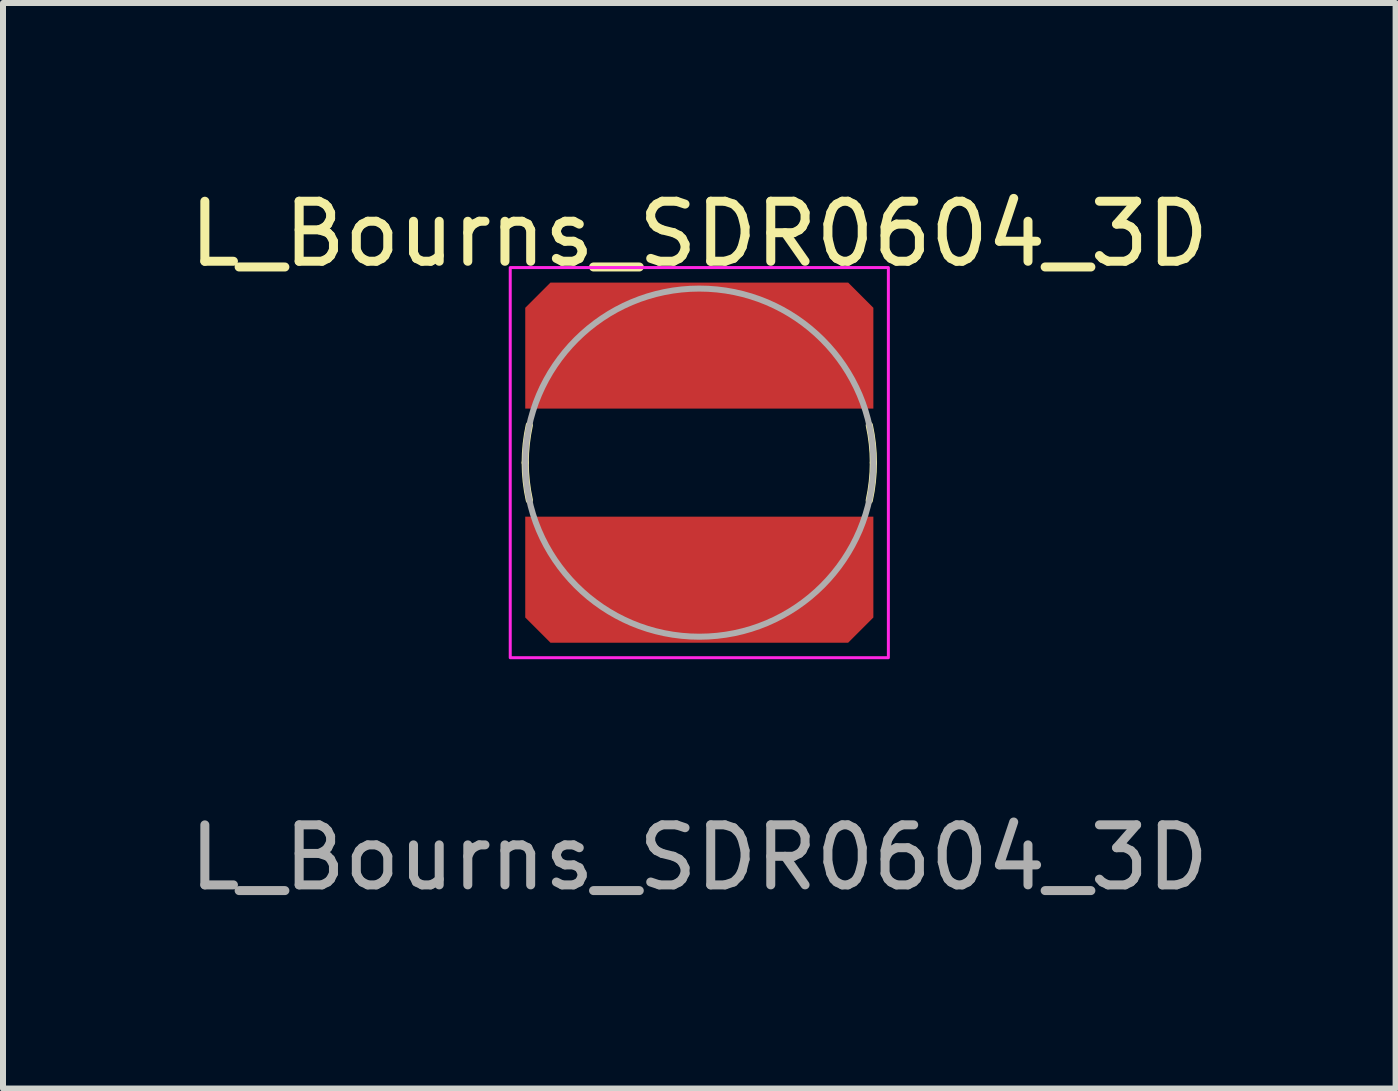
<source format=kicad_pcb>
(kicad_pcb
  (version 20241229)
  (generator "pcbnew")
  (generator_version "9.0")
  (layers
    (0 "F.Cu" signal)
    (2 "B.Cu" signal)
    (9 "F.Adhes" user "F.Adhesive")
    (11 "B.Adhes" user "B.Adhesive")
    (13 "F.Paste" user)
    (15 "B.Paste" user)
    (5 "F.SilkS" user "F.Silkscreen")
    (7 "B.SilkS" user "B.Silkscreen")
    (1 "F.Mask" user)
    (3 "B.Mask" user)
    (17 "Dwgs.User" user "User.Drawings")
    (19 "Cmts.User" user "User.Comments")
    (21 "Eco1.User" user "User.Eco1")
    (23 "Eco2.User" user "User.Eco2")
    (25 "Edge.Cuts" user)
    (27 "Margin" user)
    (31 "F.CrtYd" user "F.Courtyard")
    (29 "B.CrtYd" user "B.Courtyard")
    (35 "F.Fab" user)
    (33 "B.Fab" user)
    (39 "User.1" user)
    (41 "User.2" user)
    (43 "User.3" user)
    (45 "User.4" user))
  (footprint "L_Bourns_SDR0604_3D"
    (layer "F.Cu")
    (at 8.601 4.658)
    (property "Reference" "L_Bourns_SDR0604_3D" (at 0 -3.81 0) (unlocked yes) (layer "F.SilkS") (effects (font (size 1 1) (thickness 0.15))))
    (attr smd)
    (fp_arc (start -2.9 0) (mid -2.883018 -0.313385) (end -2.832269 -0.623099) (stroke (width 0.12) (type default)) (layer "F.SilkS"))
    (fp_arc (start -2.831919 0.624688) (mid -2.88293 0.314193) (end -2.9 0) (stroke (width 0.12) (type default)) (layer "F.SilkS"))
    (fp_arc (start 2.832559 -0.621781) (mid 2.883091 -0.312714) (end 2.9 0) (stroke (width 0.12) (type default)) (layer "F.SilkS"))
    (fp_arc (start 2.9 0) (mid 2.882818 0.3166) (end 2.831472 0.62948) (stroke (width 0.12) (type default)) (layer "F.SilkS"))
    (fp_rect (start -3.15 -3.25) (end 3.15 3.25) (stroke (width 0.05) (type default)) (fill no) (layer "F.CrtYd"))
    (fp_circle (center 0 0) (end 2.9 0) (stroke (width 0.1) (type default)) (fill no) (layer "F.Fab"))
    (fp_text user "${REFERENCE}" (at 0 6.58 0) (unlocked yes) (layer "F.Fab") (effects (font (size 1 1) (thickness 0.15))))
    (pad "1" smd roundrect (at 0 -1.95) (size 5.8 2.1) (layers "F.Cu" "F.Mask" "F.Paste") (roundrect_rratio 0) (chamfer_ratio 0.2) (chamfer top_left top_right))
    (pad "2" smd roundrect (at 0 1.95 180) (size 5.8 2.1) (layers "F.Cu" "F.Mask" "F.Paste") (roundrect_rratio 0) (chamfer_ratio 0.2) (chamfer top_left top_right)))
  (gr_rect
    (start -3 -3)
    (end 20.202 15.086)
    (stroke (width 0.1) (type default))
    (fill no)
    (layer "Edge.Cuts")))
</source>
